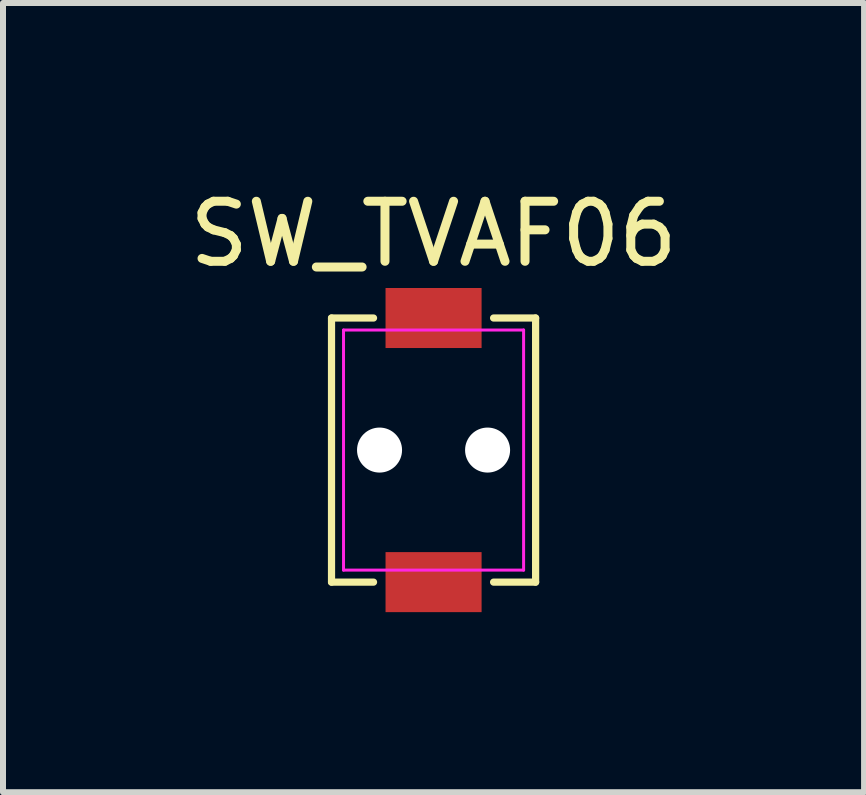
<source format=kicad_pcb>
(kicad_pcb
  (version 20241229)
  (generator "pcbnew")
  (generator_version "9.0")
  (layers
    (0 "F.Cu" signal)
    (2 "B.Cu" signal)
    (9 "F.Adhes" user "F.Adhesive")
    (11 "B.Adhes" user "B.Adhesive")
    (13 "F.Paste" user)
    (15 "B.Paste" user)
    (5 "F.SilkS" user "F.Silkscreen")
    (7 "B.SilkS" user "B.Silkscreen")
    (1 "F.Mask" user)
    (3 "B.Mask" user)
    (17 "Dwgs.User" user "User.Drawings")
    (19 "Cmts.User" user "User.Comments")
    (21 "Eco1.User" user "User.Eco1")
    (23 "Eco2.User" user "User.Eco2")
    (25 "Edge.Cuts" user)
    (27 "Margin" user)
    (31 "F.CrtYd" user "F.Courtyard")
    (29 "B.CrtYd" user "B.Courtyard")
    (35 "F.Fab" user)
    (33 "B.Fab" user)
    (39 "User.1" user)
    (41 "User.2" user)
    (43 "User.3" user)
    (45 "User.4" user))
  (footprint "SW_TVAF06"
    (layer "F.Cu")
    (at 4.173 4.448)
    (property "Reference" "SW_TVAF06" (at 0 -3.6 0) (layer "F.SilkS") (effects (font (size 1 1) (thickness 0.15))))
    (attr through_hole)
    (fp_line (start -1.7 -2.2) (end -1 -2.2) (stroke (width 0.12) (type solid)) (layer "F.SilkS"))
    (fp_line (start -1.7 2.2) (end -1.7 -2.2) (stroke (width 0.12) (type solid)) (layer "F.SilkS"))
    (fp_line (start -1 2.2) (end -1.7 2.2) (stroke (width 0.12) (type solid)) (layer "F.SilkS"))
    (fp_line (start 1 -2.2) (end 1.7 -2.2) (stroke (width 0.12) (type solid)) (layer "F.SilkS"))
    (fp_line (start 1.7 -2.2) (end 1.7 2.2) (stroke (width 0.12) (type solid)) (layer "F.SilkS"))
    (fp_line (start 1.7 2.2) (end 1 2.2) (stroke (width 0.12) (type solid)) (layer "F.SilkS"))
    (fp_line (start -1.5 -2) (end 1.5 -2) (stroke (width 0.05) (type solid)) (layer "F.CrtYd"))
    (fp_line (start -1.5 2) (end -1.5 -2) (stroke (width 0.05) (type solid)) (layer "F.CrtYd"))
    (fp_line (start 1.5 -2) (end 1.5 2) (stroke (width 0.05) (type solid)) (layer "F.CrtYd"))
    (fp_line (start 1.5 2) (end -1.5 2) (stroke (width 0.05) (type solid)) (layer "F.CrtYd"))
    (pad "" np_thru_hole circle (at -0.9 0) (size 0.75 0.75) (drill 0.75) (layers "*.Cu" "*.Mask"))
    (pad "" np_thru_hole circle (at 0.9 0) (size 0.75 0.75) (drill 0.75) (layers "*.Cu" "*.Mask"))
    (pad "1" smd rect (at 0 -2.2) (size 1.6 1) (layers "F.Cu" "F.Mask" "F.Paste"))
    (pad "2" smd rect (at 0 2.2) (size 1.6 1) (layers "F.Cu" "F.Mask" "F.Paste")))
  (gr_rect
    (start -3 -3)
    (end 11.345 10.148)
    (stroke (width 0.1) (type default))
    (fill no)
    (layer "Edge.Cuts")))
</source>
